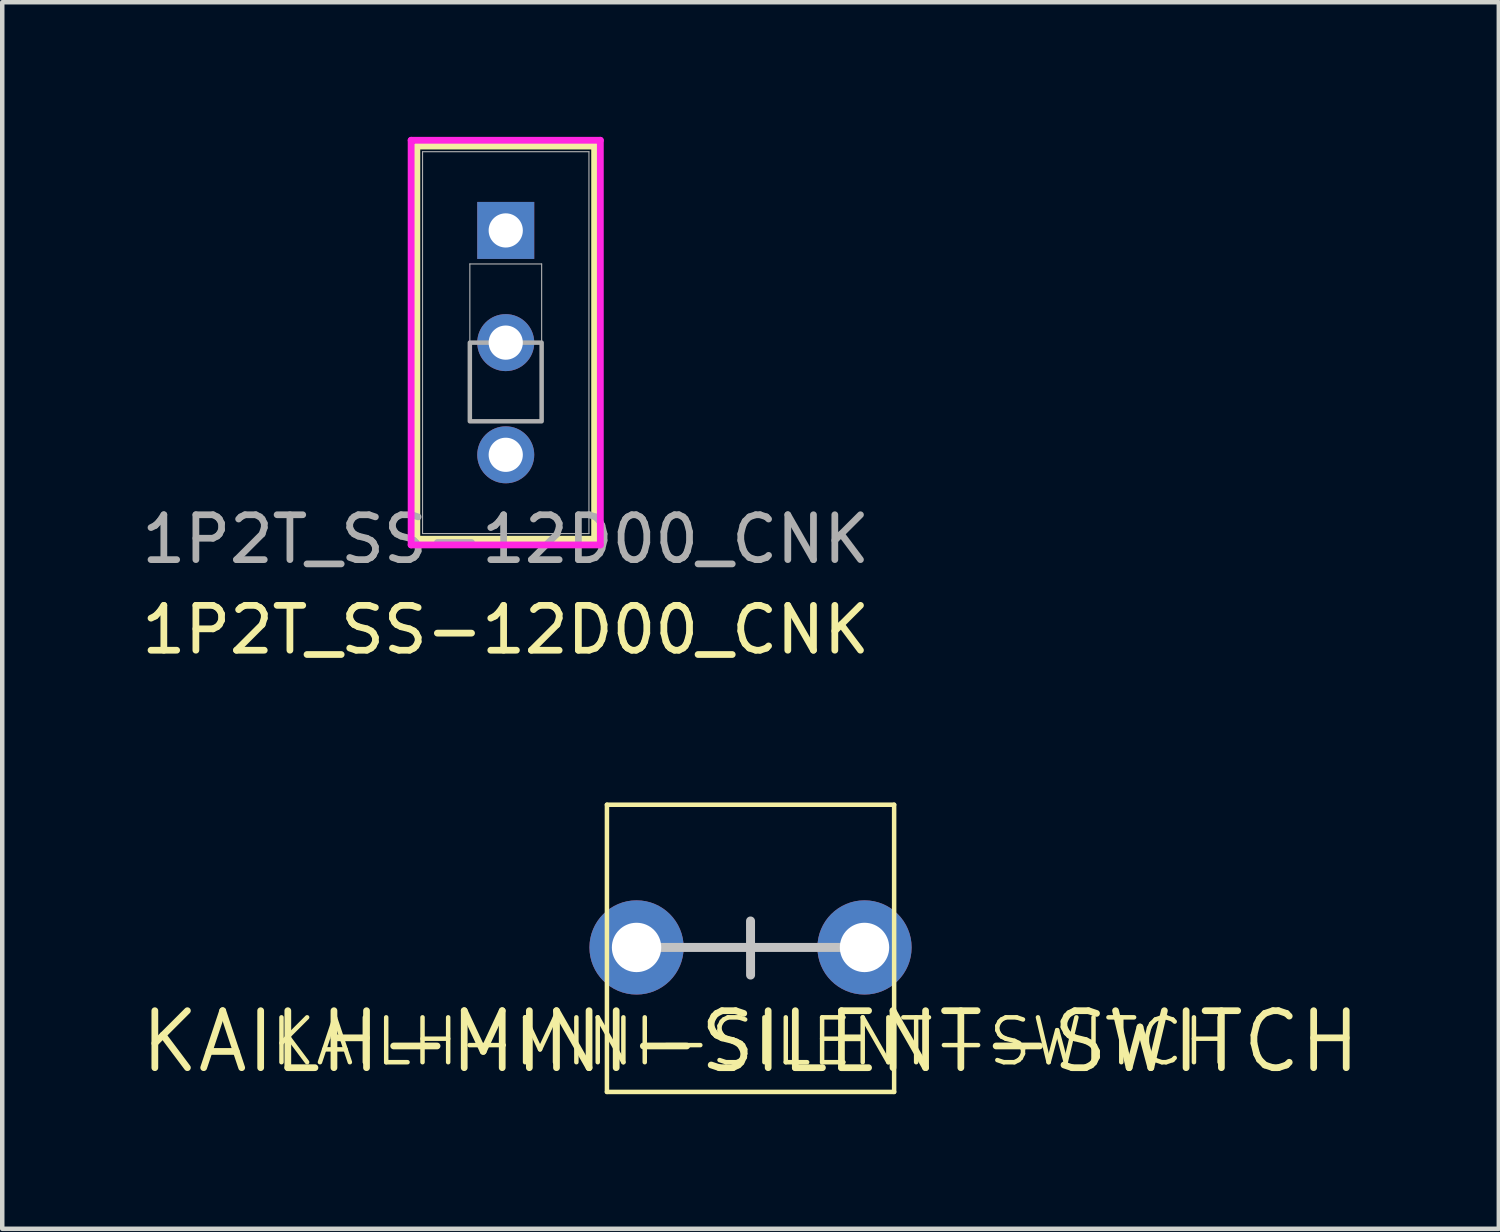
<source format=kicad_pcb>
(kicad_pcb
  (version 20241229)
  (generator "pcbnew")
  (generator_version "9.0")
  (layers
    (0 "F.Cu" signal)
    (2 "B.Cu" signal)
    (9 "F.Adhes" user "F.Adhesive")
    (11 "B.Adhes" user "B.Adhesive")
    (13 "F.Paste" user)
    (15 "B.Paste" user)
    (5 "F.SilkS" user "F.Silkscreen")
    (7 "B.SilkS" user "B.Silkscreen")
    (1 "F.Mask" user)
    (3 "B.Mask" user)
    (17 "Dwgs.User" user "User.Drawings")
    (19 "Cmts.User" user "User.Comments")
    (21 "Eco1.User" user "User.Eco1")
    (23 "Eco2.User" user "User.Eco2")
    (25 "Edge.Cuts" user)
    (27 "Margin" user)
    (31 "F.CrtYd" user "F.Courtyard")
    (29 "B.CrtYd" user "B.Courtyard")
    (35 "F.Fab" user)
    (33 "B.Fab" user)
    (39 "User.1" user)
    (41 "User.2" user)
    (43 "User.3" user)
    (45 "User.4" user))
  (footprint "1P2T_SS-12D00_CNK"
    (layer "F.Cu")
    (at 8.22 2.085)
    (property "Reference" "1P2T_SS-12D00_CNK" (at 0 8.9 0) (unlocked yes) (layer "F.SilkS") (effects (font (size 1 1) (thickness 0.15))))
    (attr through_hole)
    (fp_line (start -1.981 -1.881) (end -1.981 6.881) (stroke (width 0.152) (type solid)) (layer "F.SilkS"))
    (fp_line (start -1.981 6.881) (end 1.981 6.881) (stroke (width 0.152) (type solid)) (layer "F.SilkS"))
    (fp_line (start 1.981 -1.881) (end -1.981 -1.881) (stroke (width 0.152) (type solid)) (layer "F.SilkS"))
    (fp_line (start 1.981 6.881) (end 1.981 -1.881) (stroke (width 0.152) (type solid)) (layer "F.SilkS"))
    (fp_line (start -2.108 -2.009) (end -2.108 7.008) (stroke (width 0.152) (type solid)) (layer "F.CrtYd"))
    (fp_line (start -2.108 7.008) (end 2.108 7.008) (stroke (width 0.152) (type solid)) (layer "F.CrtYd"))
    (fp_line (start 2.108 -2.009) (end -2.108 -2.009) (stroke (width 0.152) (type solid)) (layer "F.CrtYd"))
    (fp_line (start 2.108 7.008) (end 2.108 -2.009) (stroke (width 0.152) (type solid)) (layer "F.CrtYd"))
    (fp_line (start -1.854 -1.754) (end -1.854 6.755) (stroke (width 0.025) (type solid)) (layer "F.Fab"))
    (fp_line (start -1.854 6.755) (end 1.854 6.755) (stroke (width 0.025) (type solid)) (layer "F.Fab"))
    (fp_line (start -0.8 0.747) (end 0.8 0.747) (stroke (width 0.025) (type solid)) (layer "F.Fab"))
    (fp_line (start -0.8 4.253) (end -0.8 0.747) (stroke (width 0.025) (type solid)) (layer "F.Fab"))
    (fp_line (start 0.8 0.747) (end 0.8 4.253) (stroke (width 0.025) (type solid)) (layer "F.Fab"))
    (fp_line (start 0.8 4.253) (end -0.8 4.253) (stroke (width 0.025) (type solid)) (layer "F.Fab"))
    (fp_line (start 1.854 -1.754) (end -1.854 -1.754) (stroke (width 0.025) (type solid)) (layer "F.Fab"))
    (fp_line (start 1.854 6.755) (end 1.854 -1.754) (stroke (width 0.025) (type solid)) (layer "F.Fab"))
    (fp_poly (pts (xy -0.8 4.253) (xy -0.8 2.5) (xy 0.8 2.5) (xy 0.8 4.253)) (stroke (width 0.1) (type solid)) (fill no) (layer "F.Fab"))
    (fp_text user "${REFERENCE}" (at 0 6.881 0) (unlocked yes) (layer "F.Fab") (effects (font (size 1 1) (thickness 0.15))))
    (pad "1" thru_hole rect (at 0 0) (size 1.27 1.27) (drill 0.762) (layers "*.Cu" "*.Mask"))
    (pad "2" thru_hole circle (at 0 2.5) (size 1.27 1.27) (drill 0.762) (layers "*.Cu" "*.Mask"))
    (pad "3" thru_hole circle (at 0 5) (size 1.27 1.27) (drill 0.762) (layers "*.Cu" "*.Mask")))
  (footprint "KAILH-MINI-SILENT-SWITCH"
    (layer "F.Cu")
    (at 13.675 18.063)
    (property "Reference" "KAILH-MINI-SILENT-SWITCH" (at 0 2.1 0) (unlocked yes) (layer "F.SilkS") (effects (font (size 1 1) (thickness 0.1))))
    (attr smd)
    (fp_line (start -3.2 -3.18) (end -3.2 3.22) (stroke (width 0.1) (type default)) (layer "F.SilkS"))
    (fp_line (start -3.2 -3.18) (end 3.2 -3.18) (stroke (width 0.1) (type default)) (layer "F.SilkS"))
    (fp_line (start 3.2 -3.18) (end 3.2 3.22) (stroke (width 0.1) (type default)) (layer "F.SilkS"))
    (fp_line (start 3.2 3.22) (end -3.2 3.22) (stroke (width 0.1) (type default)) (layer "F.SilkS"))
    (fp_line (start -2.54 0) (end 2.54 0) (stroke (width 0.2) (type solid)) (layer "Dwgs.User"))
    (fp_line (start 0 -0.59) (end 0.001 0.616) (stroke (width 0.2) (type solid)) (layer "Dwgs.User"))
    (fp_text user "${REFERENCE}" (at 0 2.1 0) (unlocked yes) (layer "F.SilkS") (effects (font (size 1.27 1.27) (thickness 0.15))))
    (pad "1" thru_hole circle (at -2.54 0) (size 2.1 2.1) (drill 1.1) (layers "*.Cu" "*.Mask"))
    (pad "2" thru_hole circle (at 2.54 0) (size 2.1 2.1) (drill 1.1) (layers "*.Cu" "*.Mask")))
  (gr_rect
    (start -3 -3)
    (end 30.35 24.333)
    (stroke (width 0.1) (type default))
    (fill no)
    (layer "Edge.Cuts")))
</source>
